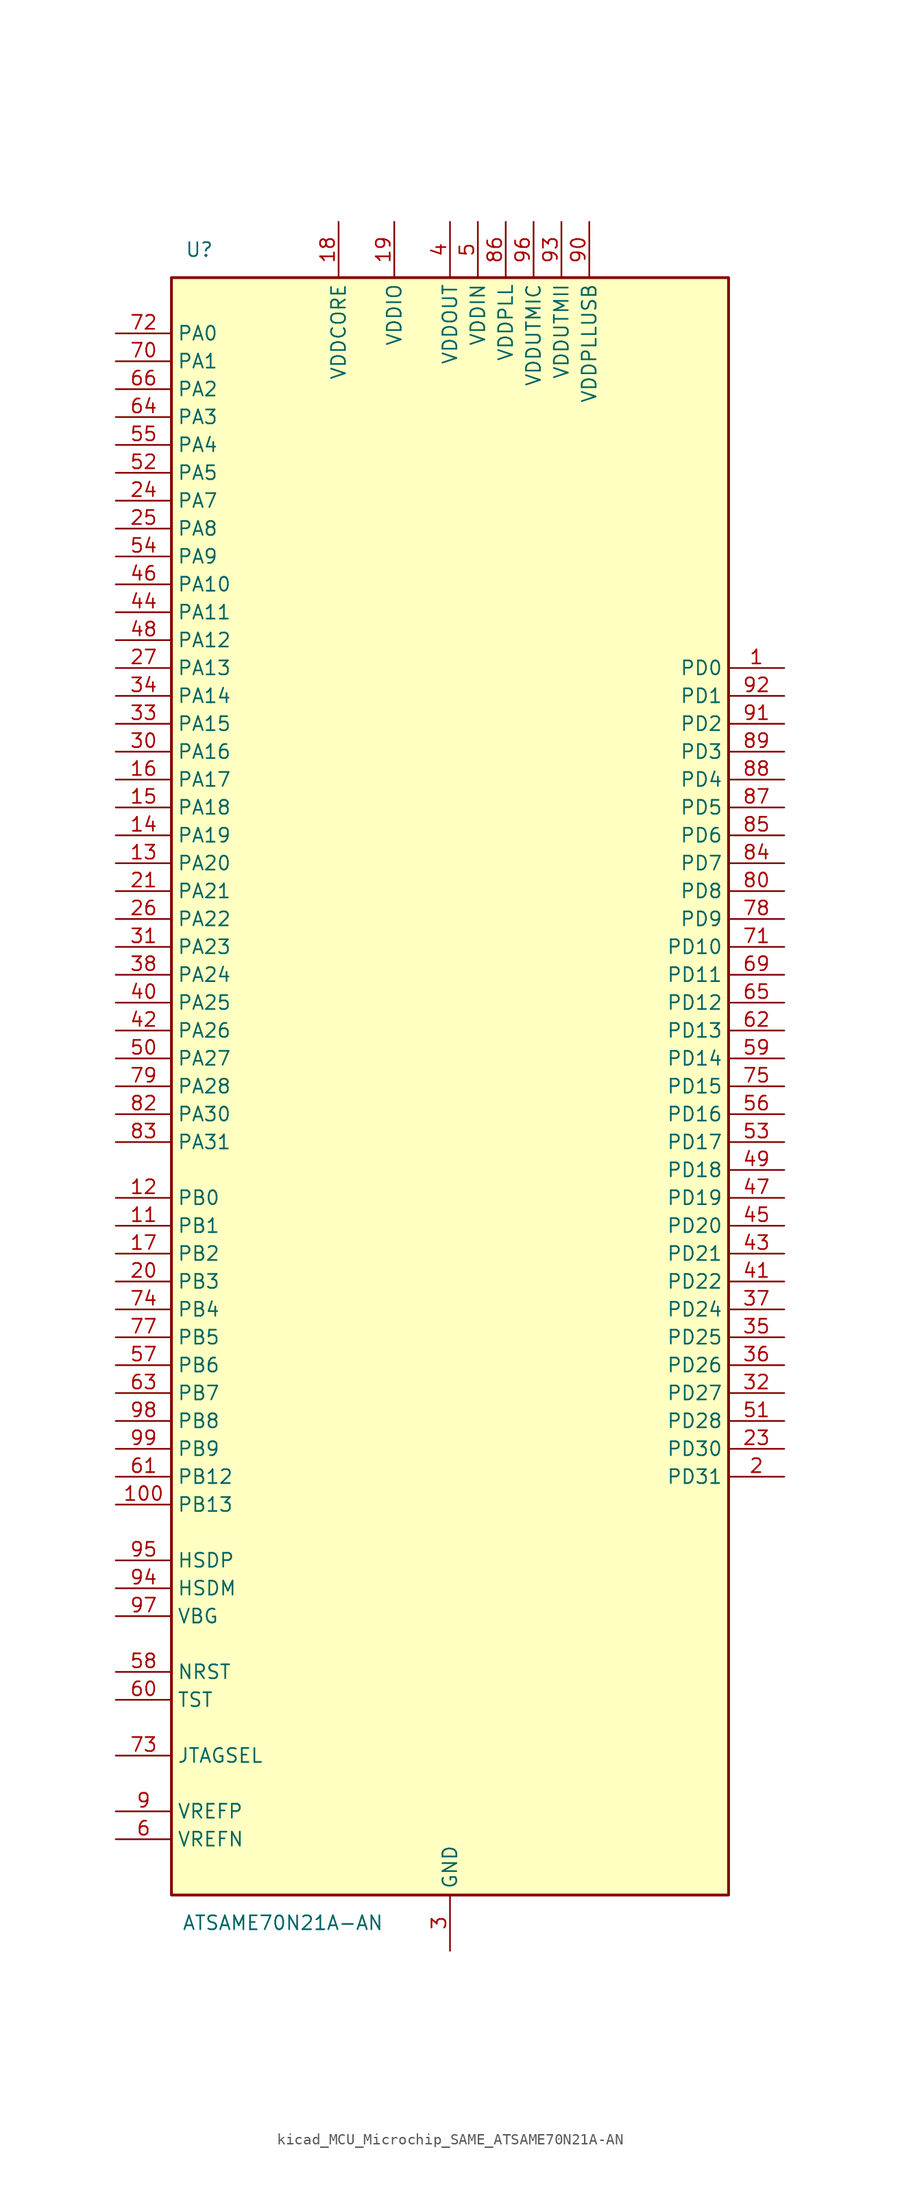
<source format=kicad_sym>
(kicad_symbol_lib
  (version 20220914)
  (generator kicad_symbol_editor)
  (symbol "kicad_MCU_Microchip_SAME_ATSAME70N21A-AN"
    (property "Reference" "U"
      (at -22.86 76.2 0)
      (effects (font (size 1.27 1.27))))
    (property "Value" "ATSAME70N21A-AN"
      (at -15.24 -76.2 0)
      (effects (font (size 1.27 1.27))))
    (symbol "kicad_MCU_Microchip_SAME_ATSAME70N21A-AN_0_1"
      (rectangle (start 25.4 73.66) (end -25.4 -73.66) (stroke (width 0.254) (type default)) (fill (type background))))
    (symbol "kicad_MCU_Microchip_SAME_ATSAME70N21A-AN_1_1"
      (pin bidirectional line (at 30.48 38.1 180) (length 5.08) (name "PD0" (effects (font (size 1.27 1.27)))) (number "1" (effects (font (size 1.27 1.27)))))
      (pin passive line (at 0 -78.74 90) (length 5.08) hide (name "GND" (effects (font (size 1.27 1.27)))) (number "10" (effects (font (size 1.27 1.27)))))
      (pin bidirectional line (at -30.48 -38.1 0) (length 5.08) (name "PB13" (effects (font (size 1.27 1.27)))) (number "100" (effects (font (size 1.27 1.27)))))
      (pin bidirectional line (at -30.48 -12.7 0) (length 5.08) (name "PB1" (effects (font (size 1.27 1.27)))) (number "11" (effects (font (size 1.27 1.27)))))
      (pin bidirectional line (at -30.48 -10.16 0) (length 5.08) (name "PB0" (effects (font (size 1.27 1.27)))) (number "12" (effects (font (size 1.27 1.27)))))
      (pin bidirectional line (at -30.48 20.32 0) (length 5.08) (name "PA20" (effects (font (size 1.27 1.27)))) (number "13" (effects (font (size 1.27 1.27)))))
      (pin bidirectional line (at -30.48 22.86 0) (length 5.08) (name "PA19" (effects (font (size 1.27 1.27)))) (number "14" (effects (font (size 1.27 1.27)))))
      (pin bidirectional line (at -30.48 25.4 0) (length 5.08) (name "PA18" (effects (font (size 1.27 1.27)))) (number "15" (effects (font (size 1.27 1.27)))))
      (pin bidirectional line (at -30.48 27.94 0) (length 5.08) (name "PA17" (effects (font (size 1.27 1.27)))) (number "16" (effects (font (size 1.27 1.27)))))
      (pin bidirectional line (at -30.48 -15.24 0) (length 5.08) (name "PB2" (effects (font (size 1.27 1.27)))) (number "17" (effects (font (size 1.27 1.27)))))
      (pin power_in line (at -10.16 78.74 270) (length 5.08) (name "VDDCORE" (effects (font (size 1.27 1.27)))) (number "18" (effects (font (size 1.27 1.27)))))
      (pin power_in line (at -5.08 78.74 270) (length 5.08) (name "VDDIO" (effects (font (size 1.27 1.27)))) (number "19" (effects (font (size 1.27 1.27)))))
      (pin bidirectional line (at 30.48 -35.56 180) (length 5.08) (name "PD31" (effects (font (size 1.27 1.27)))) (number "2" (effects (font (size 1.27 1.27)))))
      (pin bidirectional line (at -30.48 -17.78 0) (length 5.08) (name "PB3" (effects (font (size 1.27 1.27)))) (number "20" (effects (font (size 1.27 1.27)))))
      (pin bidirectional line (at -30.48 17.78 0) (length 5.08) (name "PA21" (effects (font (size 1.27 1.27)))) (number "21" (effects (font (size 1.27 1.27)))))
      (pin passive line (at -10.16 78.74 270) (length 5.08) hide (name "VDDCORE" (effects (font (size 1.27 1.27)))) (number "22" (effects (font (size 1.27 1.27)))))
      (pin bidirectional line (at 30.48 -33.02 180) (length 5.08) (name "PD30" (effects (font (size 1.27 1.27)))) (number "23" (effects (font (size 1.27 1.27)))))
      (pin bidirectional line (at -30.48 53.34 0) (length 5.08) (name "PA7" (effects (font (size 1.27 1.27)))) (number "24" (effects (font (size 1.27 1.27)))))
      (pin bidirectional line (at -30.48 50.8 0) (length 5.08) (name "PA8" (effects (font (size 1.27 1.27)))) (number "25" (effects (font (size 1.27 1.27)))))
      (pin bidirectional line (at -30.48 15.24 0) (length 5.08) (name "PA22" (effects (font (size 1.27 1.27)))) (number "26" (effects (font (size 1.27 1.27)))))
      (pin bidirectional line (at -30.48 38.1 0) (length 5.08) (name "PA13" (effects (font (size 1.27 1.27)))) (number "27" (effects (font (size 1.27 1.27)))))
      (pin passive line (at -5.08 78.74 270) (length 5.08) hide (name "VDDIO" (effects (font (size 1.27 1.27)))) (number "28" (effects (font (size 1.27 1.27)))))
      (pin passive line (at 0 -78.74 90) (length 5.08) hide (name "GND" (effects (font (size 1.27 1.27)))) (number "29" (effects (font (size 1.27 1.27)))))
      (pin power_in line (at 0 -78.74 90) (length 5.08) (name "GND" (effects (font (size 1.27 1.27)))) (number "3" (effects (font (size 1.27 1.27)))))
      (pin bidirectional line (at -30.48 30.48 0) (length 5.08) (name "PA16" (effects (font (size 1.27 1.27)))) (number "30" (effects (font (size 1.27 1.27)))))
      (pin bidirectional line (at -30.48 12.7 0) (length 5.08) (name "PA23" (effects (font (size 1.27 1.27)))) (number "31" (effects (font (size 1.27 1.27)))))
      (pin bidirectional line (at 30.48 -27.94 180) (length 5.08) (name "PD27" (effects (font (size 1.27 1.27)))) (number "32" (effects (font (size 1.27 1.27)))))
      (pin bidirectional line (at -30.48 33.02 0) (length 5.08) (name "PA15" (effects (font (size 1.27 1.27)))) (number "33" (effects (font (size 1.27 1.27)))))
      (pin bidirectional line (at -30.48 35.56 0) (length 5.08) (name "PA14" (effects (font (size 1.27 1.27)))) (number "34" (effects (font (size 1.27 1.27)))))
      (pin bidirectional line (at 30.48 -22.86 180) (length 5.08) (name "PD25" (effects (font (size 1.27 1.27)))) (number "35" (effects (font (size 1.27 1.27)))))
      (pin bidirectional line (at 30.48 -25.4 180) (length 5.08) (name "PD26" (effects (font (size 1.27 1.27)))) (number "36" (effects (font (size 1.27 1.27)))))
      (pin bidirectional line (at 30.48 -20.32 180) (length 5.08) (name "PD24" (effects (font (size 1.27 1.27)))) (number "37" (effects (font (size 1.27 1.27)))))
      (pin bidirectional line (at -30.48 10.16 0) (length 5.08) (name "PA24" (effects (font (size 1.27 1.27)))) (number "38" (effects (font (size 1.27 1.27)))))
      (pin passive line (at -10.16 78.74 270) (length 5.08) hide (name "VDDCORE" (effects (font (size 1.27 1.27)))) (number "39" (effects (font (size 1.27 1.27)))))
      (pin power_in line (at 0 78.74 270) (length 5.08) (name "VDDOUT" (effects (font (size 1.27 1.27)))) (number "4" (effects (font (size 1.27 1.27)))))
      (pin bidirectional line (at -30.48 7.62 0) (length 5.08) (name "PA25" (effects (font (size 1.27 1.27)))) (number "40" (effects (font (size 1.27 1.27)))))
      (pin bidirectional line (at 30.48 -17.78 180) (length 5.08) (name "PD22" (effects (font (size 1.27 1.27)))) (number "41" (effects (font (size 1.27 1.27)))))
      (pin bidirectional line (at -30.48 5.08 0) (length 5.08) (name "PA26" (effects (font (size 1.27 1.27)))) (number "42" (effects (font (size 1.27 1.27)))))
      (pin bidirectional line (at 30.48 -15.24 180) (length 5.08) (name "PD21" (effects (font (size 1.27 1.27)))) (number "43" (effects (font (size 1.27 1.27)))))
      (pin bidirectional line (at -30.48 43.18 0) (length 5.08) (name "PA11" (effects (font (size 1.27 1.27)))) (number "44" (effects (font (size 1.27 1.27)))))
      (pin bidirectional line (at 30.48 -12.7 180) (length 5.08) (name "PD20" (effects (font (size 1.27 1.27)))) (number "45" (effects (font (size 1.27 1.27)))))
      (pin bidirectional line (at -30.48 45.72 0) (length 5.08) (name "PA10" (effects (font (size 1.27 1.27)))) (number "46" (effects (font (size 1.27 1.27)))))
      (pin bidirectional line (at 30.48 -10.16 180) (length 5.08) (name "PD19" (effects (font (size 1.27 1.27)))) (number "47" (effects (font (size 1.27 1.27)))))
      (pin bidirectional line (at -30.48 40.64 0) (length 5.08) (name "PA12" (effects (font (size 1.27 1.27)))) (number "48" (effects (font (size 1.27 1.27)))))
      (pin bidirectional line (at 30.48 -7.62 180) (length 5.08) (name "PD18" (effects (font (size 1.27 1.27)))) (number "49" (effects (font (size 1.27 1.27)))))
      (pin power_in line (at 2.54 78.74 270) (length 5.08) (name "VDDIN" (effects (font (size 1.27 1.27)))) (number "5" (effects (font (size 1.27 1.27)))))
      (pin bidirectional line (at -30.48 2.54 0) (length 5.08) (name "PA27" (effects (font (size 1.27 1.27)))) (number "50" (effects (font (size 1.27 1.27)))))
      (pin bidirectional line (at 30.48 -30.48 180) (length 5.08) (name "PD28" (effects (font (size 1.27 1.27)))) (number "51" (effects (font (size 1.27 1.27)))))
      (pin bidirectional line (at -30.48 55.88 0) (length 5.08) (name "PA5" (effects (font (size 1.27 1.27)))) (number "52" (effects (font (size 1.27 1.27)))))
      (pin bidirectional line (at 30.48 -5.08 180) (length 5.08) (name "PD17" (effects (font (size 1.27 1.27)))) (number "53" (effects (font (size 1.27 1.27)))))
      (pin bidirectional line (at -30.48 48.26 0) (length 5.08) (name "PA9" (effects (font (size 1.27 1.27)))) (number "54" (effects (font (size 1.27 1.27)))))
      (pin bidirectional line (at -30.48 58.42 0) (length 5.08) (name "PA4" (effects (font (size 1.27 1.27)))) (number "55" (effects (font (size 1.27 1.27)))))
      (pin bidirectional line (at 30.48 -2.54 180) (length 5.08) (name "PD16" (effects (font (size 1.27 1.27)))) (number "56" (effects (font (size 1.27 1.27)))))
      (pin bidirectional line (at -30.48 -25.4 0) (length 5.08) (name "PB6" (effects (font (size 1.27 1.27)))) (number "57" (effects (font (size 1.27 1.27)))))
      (pin bidirectional line (at -30.48 -53.34 0) (length 5.08) (name "NRST" (effects (font (size 1.27 1.27)))) (number "58" (effects (font (size 1.27 1.27)))))
      (pin bidirectional line (at 30.48 2.54 180) (length 5.08) (name "PD14" (effects (font (size 1.27 1.27)))) (number "59" (effects (font (size 1.27 1.27)))))
      (pin input line (at -30.48 -68.58 0) (length 5.08) (name "VREFN" (effects (font (size 1.27 1.27)))) (number "6" (effects (font (size 1.27 1.27)))))
      (pin input line (at -30.48 -55.88 0) (length 5.08) (name "TST" (effects (font (size 1.27 1.27)))) (number "60" (effects (font (size 1.27 1.27)))))
      (pin bidirectional line (at -30.48 -35.56 0) (length 5.08) (name "PB12" (effects (font (size 1.27 1.27)))) (number "61" (effects (font (size 1.27 1.27)))))
      (pin bidirectional line (at 30.48 5.08 180) (length 5.08) (name "PD13" (effects (font (size 1.27 1.27)))) (number "62" (effects (font (size 1.27 1.27)))))
      (pin bidirectional line (at -30.48 -27.94 0) (length 5.08) (name "PB7" (effects (font (size 1.27 1.27)))) (number "63" (effects (font (size 1.27 1.27)))))
      (pin bidirectional line (at -30.48 60.96 0) (length 5.08) (name "PA3" (effects (font (size 1.27 1.27)))) (number "64" (effects (font (size 1.27 1.27)))))
      (pin bidirectional line (at 30.48 7.62 180) (length 5.08) (name "PD12" (effects (font (size 1.27 1.27)))) (number "65" (effects (font (size 1.27 1.27)))))
      (pin bidirectional line (at -30.48 63.5 0) (length 5.08) (name "PA2" (effects (font (size 1.27 1.27)))) (number "66" (effects (font (size 1.27 1.27)))))
      (pin passive line (at 0 -78.74 90) (length 5.08) hide (name "GND" (effects (font (size 1.27 1.27)))) (number "67" (effects (font (size 1.27 1.27)))))
      (pin passive line (at -5.08 78.74 270) (length 5.08) hide (name "VDDIO" (effects (font (size 1.27 1.27)))) (number "68" (effects (font (size 1.27 1.27)))))
      (pin bidirectional line (at 30.48 10.16 180) (length 5.08) (name "PD11" (effects (font (size 1.27 1.27)))) (number "69" (effects (font (size 1.27 1.27)))))
      (pin passive line (at 0 -78.74 90) (length 5.08) hide (name "GND" (effects (font (size 1.27 1.27)))) (number "7" (effects (font (size 1.27 1.27)))))
      (pin bidirectional line (at -30.48 66.04 0) (length 5.08) (name "PA1" (effects (font (size 1.27 1.27)))) (number "70" (effects (font (size 1.27 1.27)))))
      (pin bidirectional line (at 30.48 12.7 180) (length 5.08) (name "PD10" (effects (font (size 1.27 1.27)))) (number "71" (effects (font (size 1.27 1.27)))))
      (pin bidirectional line (at -30.48 68.58 0) (length 5.08) (name "PA0" (effects (font (size 1.27 1.27)))) (number "72" (effects (font (size 1.27 1.27)))))
      (pin input line (at -30.48 -60.96 0) (length 5.08) (name "JTAGSEL" (effects (font (size 1.27 1.27)))) (number "73" (effects (font (size 1.27 1.27)))))
      (pin bidirectional line (at -30.48 -20.32 0) (length 5.08) (name "PB4" (effects (font (size 1.27 1.27)))) (number "74" (effects (font (size 1.27 1.27)))))
      (pin bidirectional line (at 30.48 0 180) (length 5.08) (name "PD15" (effects (font (size 1.27 1.27)))) (number "75" (effects (font (size 1.27 1.27)))))
      (pin passive line (at -10.16 78.74 270) (length 5.08) hide (name "VDDCORE" (effects (font (size 1.27 1.27)))) (number "76" (effects (font (size 1.27 1.27)))))
      (pin bidirectional line (at -30.48 -22.86 0) (length 5.08) (name "PB5" (effects (font (size 1.27 1.27)))) (number "77" (effects (font (size 1.27 1.27)))))
      (pin bidirectional line (at 30.48 15.24 180) (length 5.08) (name "PD9" (effects (font (size 1.27 1.27)))) (number "78" (effects (font (size 1.27 1.27)))))
      (pin bidirectional line (at -30.48 0 0) (length 5.08) (name "PA28" (effects (font (size 1.27 1.27)))) (number "79" (effects (font (size 1.27 1.27)))))
      (pin passive line (at 0 -78.74 90) (length 5.08) hide (name "GND" (effects (font (size 1.27 1.27)))) (number "8" (effects (font (size 1.27 1.27)))))
      (pin bidirectional line (at 30.48 17.78 180) (length 5.08) (name "PD8" (effects (font (size 1.27 1.27)))) (number "80" (effects (font (size 1.27 1.27)))))
      (pin passive line (at -5.08 78.74 270) (length 5.08) hide (name "VDDIO" (effects (font (size 1.27 1.27)))) (number "81" (effects (font (size 1.27 1.27)))))
      (pin bidirectional line (at -30.48 -2.54 0) (length 5.08) (name "PA30" (effects (font (size 1.27 1.27)))) (number "82" (effects (font (size 1.27 1.27)))))
      (pin bidirectional line (at -30.48 -5.08 0) (length 5.08) (name "PA31" (effects (font (size 1.27 1.27)))) (number "83" (effects (font (size 1.27 1.27)))))
      (pin bidirectional line (at 30.48 20.32 180) (length 5.08) (name "PD7" (effects (font (size 1.27 1.27)))) (number "84" (effects (font (size 1.27 1.27)))))
      (pin bidirectional line (at 30.48 22.86 180) (length 5.08) (name "PD6" (effects (font (size 1.27 1.27)))) (number "85" (effects (font (size 1.27 1.27)))))
      (pin power_in line (at 5.08 78.74 270) (length 5.08) (name "VDDPLL" (effects (font (size 1.27 1.27)))) (number "86" (effects (font (size 1.27 1.27)))))
      (pin bidirectional line (at 30.48 25.4 180) (length 5.08) (name "PD5" (effects (font (size 1.27 1.27)))) (number "87" (effects (font (size 1.27 1.27)))))
      (pin bidirectional line (at 30.48 27.94 180) (length 5.08) (name "PD4" (effects (font (size 1.27 1.27)))) (number "88" (effects (font (size 1.27 1.27)))))
      (pin bidirectional line (at 30.48 30.48 180) (length 5.08) (name "PD3" (effects (font (size 1.27 1.27)))) (number "89" (effects (font (size 1.27 1.27)))))
      (pin input line (at -30.48 -66.04 0) (length 5.08) (name "VREFP" (effects (font (size 1.27 1.27)))) (number "9" (effects (font (size 1.27 1.27)))))
      (pin power_in line (at 12.7 78.74 270) (length 5.08) (name "VDDPLLUSB" (effects (font (size 1.27 1.27)))) (number "90" (effects (font (size 1.27 1.27)))))
      (pin bidirectional line (at 30.48 33.02 180) (length 5.08) (name "PD2" (effects (font (size 1.27 1.27)))) (number "91" (effects (font (size 1.27 1.27)))))
      (pin bidirectional line (at 30.48 35.56 180) (length 5.08) (name "PD1" (effects (font (size 1.27 1.27)))) (number "92" (effects (font (size 1.27 1.27)))))
      (pin power_in line (at 10.16 78.74 270) (length 5.08) (name "VDDUTMII" (effects (font (size 1.27 1.27)))) (number "93" (effects (font (size 1.27 1.27)))))
      (pin bidirectional line (at -30.48 -45.72 0) (length 5.08) (name "HSDM" (effects (font (size 1.27 1.27)))) (number "94" (effects (font (size 1.27 1.27)))))
      (pin bidirectional line (at -30.48 -43.18 0) (length 5.08) (name "HSDP" (effects (font (size 1.27 1.27)))) (number "95" (effects (font (size 1.27 1.27)))))
      (pin power_in line (at 7.62 78.74 270) (length 5.08) (name "VDDUTMIC" (effects (font (size 1.27 1.27)))) (number "96" (effects (font (size 1.27 1.27)))))
      (pin input line (at -30.48 -48.26 0) (length 5.08) (name "VBG" (effects (font (size 1.27 1.27)))) (number "97" (effects (font (size 1.27 1.27)))))
      (pin bidirectional line (at -30.48 -30.48 0) (length 5.08) (name "PB8" (effects (font (size 1.27 1.27)))) (number "98" (effects (font (size 1.27 1.27)))))
      (pin bidirectional line (at -30.48 -33.02 0) (length 5.08) (name "PB9" (effects (font (size 1.27 1.27)))) (number "99" (effects (font (size 1.27 1.27))))))))
</source>
